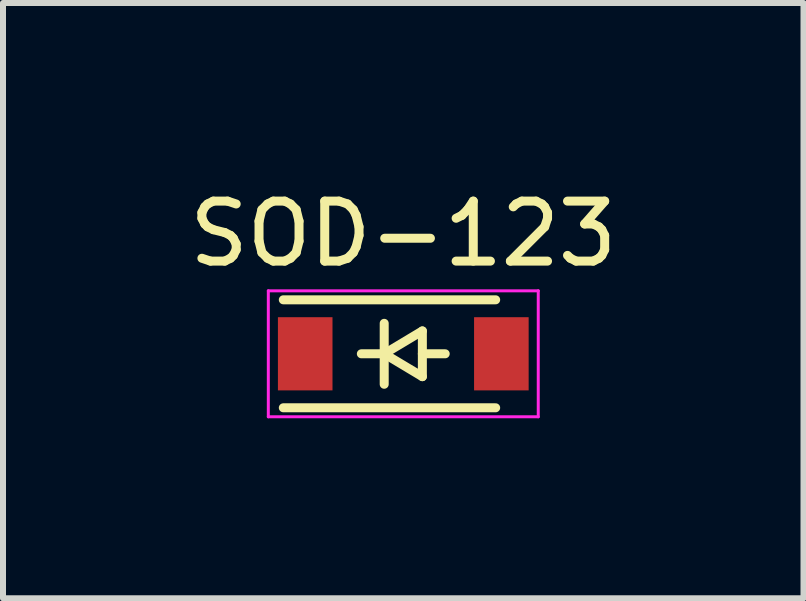
<source format=kicad_pcb>
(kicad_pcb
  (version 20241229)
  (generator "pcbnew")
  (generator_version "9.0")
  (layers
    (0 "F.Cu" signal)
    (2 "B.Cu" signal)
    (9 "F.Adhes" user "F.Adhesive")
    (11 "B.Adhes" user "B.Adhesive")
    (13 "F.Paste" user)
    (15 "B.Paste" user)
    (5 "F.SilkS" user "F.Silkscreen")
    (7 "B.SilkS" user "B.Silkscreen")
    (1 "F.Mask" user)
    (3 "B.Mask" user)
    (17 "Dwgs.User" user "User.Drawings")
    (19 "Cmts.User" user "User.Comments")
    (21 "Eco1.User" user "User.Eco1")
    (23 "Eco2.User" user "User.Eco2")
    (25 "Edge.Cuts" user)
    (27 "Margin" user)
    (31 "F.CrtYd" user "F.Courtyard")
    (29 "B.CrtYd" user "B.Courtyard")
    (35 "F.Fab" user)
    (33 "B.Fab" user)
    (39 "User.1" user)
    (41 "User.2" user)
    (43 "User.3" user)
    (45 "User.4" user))
  (footprint "SOD-123"
    (layer "F.Cu")
    (at 3.673 2.848)
    (property "Reference" "SOD-123" (at 0 -2 0) (layer "F.SilkS") (effects (font (size 1 1) (thickness 0.15))))
    (attr smd)
    (fp_line (start -2 -0.9) (end 1.54 -0.9) (stroke (width 0.15) (type solid)) (layer "F.SilkS"))
    (fp_line (start -2 0.9) (end 1.54 0.9) (stroke (width 0.15) (type solid)) (layer "F.SilkS"))
    (fp_line (start -0.699 0) (end -0.318 0) (stroke (width 0.15) (type solid)) (layer "F.SilkS"))
    (fp_line (start -0.318 -0.508) (end -0.318 0.508) (stroke (width 0.15) (type solid)) (layer "F.SilkS"))
    (fp_line (start -0.318 0) (end 0.318 -0.381) (stroke (width 0.15) (type solid)) (layer "F.SilkS"))
    (fp_line (start 0.318 -0.381) (end 0.318 0.381) (stroke (width 0.15) (type solid)) (layer "F.SilkS"))
    (fp_line (start 0.318 0) (end 0.699 0) (stroke (width 0.15) (type solid)) (layer "F.SilkS"))
    (fp_line (start 0.318 0.381) (end -0.318 0) (stroke (width 0.15) (type solid)) (layer "F.SilkS"))
    (fp_line (start -2.25 -1.05) (end -2.25 1.05) (stroke (width 0.05) (type solid)) (layer "F.CrtYd"))
    (fp_line (start -2.25 -1.05) (end 2.25 -1.05) (stroke (width 0.05) (type solid)) (layer "F.CrtYd"))
    (fp_line (start 2.25 -1.05) (end 2.25 1.05) (stroke (width 0.05) (type solid)) (layer "F.CrtYd"))
    (fp_line (start 2.25 1.05) (end -2.25 1.05) (stroke (width 0.05) (type solid)) (layer "F.CrtYd"))
    (pad "1" smd rect (at 1.635 0) (size 0.91 1.22) (layers "F.Cu" "F.Mask" "F.Paste"))
    (pad "2" smd rect (at -1.635 0) (size 0.91 1.22) (layers "F.Cu" "F.Mask" "F.Paste")))
  (gr_rect
    (start -3 -3)
    (end 10.345 6.923)
    (stroke (width 0.1) (type default))
    (fill no)
    (layer "Edge.Cuts")))
</source>
